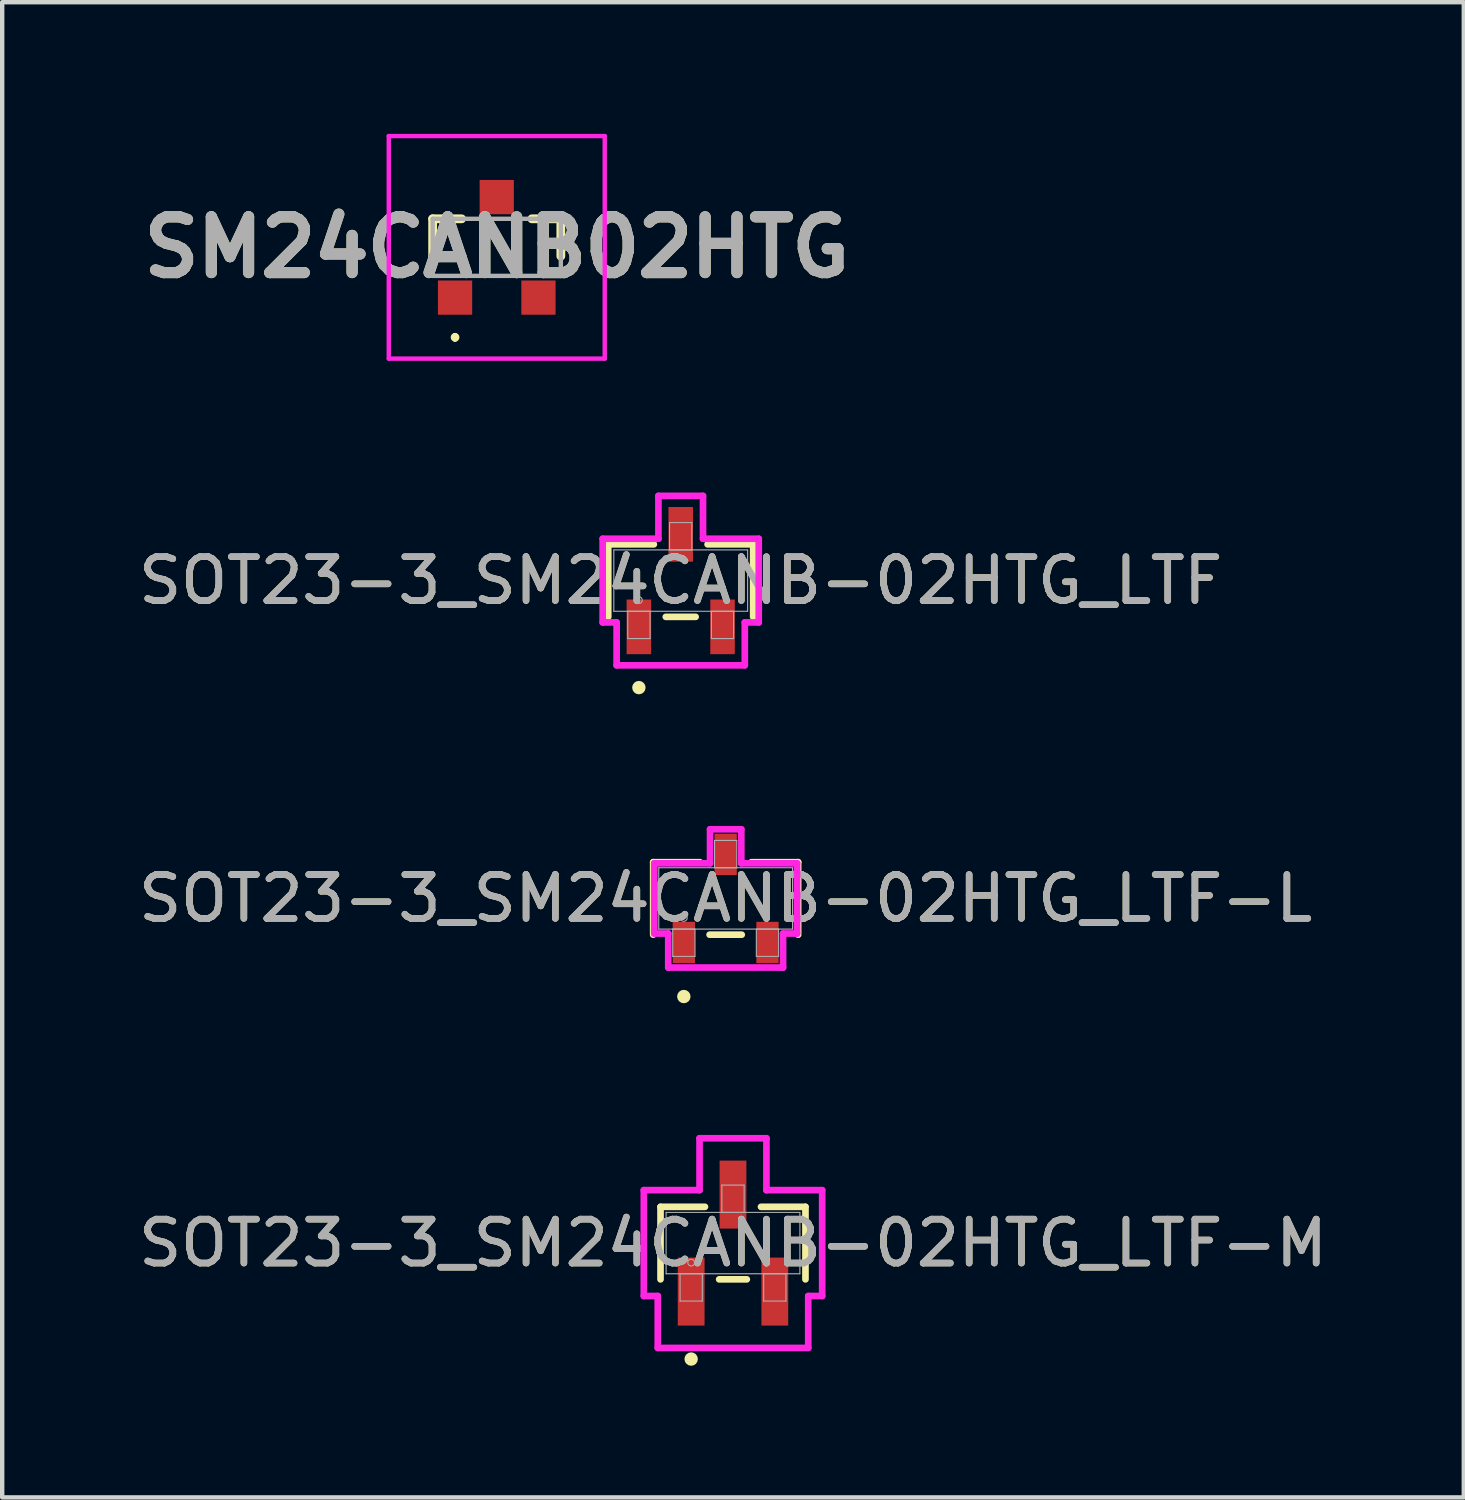
<source format=kicad_pcb>
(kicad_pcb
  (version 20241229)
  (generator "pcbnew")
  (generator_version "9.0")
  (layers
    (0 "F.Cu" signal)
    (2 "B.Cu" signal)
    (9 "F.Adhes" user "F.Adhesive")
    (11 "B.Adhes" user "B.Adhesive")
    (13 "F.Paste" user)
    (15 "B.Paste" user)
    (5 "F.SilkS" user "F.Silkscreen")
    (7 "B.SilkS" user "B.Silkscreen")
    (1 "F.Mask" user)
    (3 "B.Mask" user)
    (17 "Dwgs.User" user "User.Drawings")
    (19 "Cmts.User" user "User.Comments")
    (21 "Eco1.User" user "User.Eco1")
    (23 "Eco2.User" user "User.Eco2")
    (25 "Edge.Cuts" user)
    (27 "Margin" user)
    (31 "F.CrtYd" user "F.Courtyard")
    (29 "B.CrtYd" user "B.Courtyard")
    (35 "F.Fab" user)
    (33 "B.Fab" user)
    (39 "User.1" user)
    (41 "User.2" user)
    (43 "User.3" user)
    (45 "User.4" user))
  (footprint "SM24CANB02HTG"
    (layer "F.Cu")
    (at 8.267 2.585)
    (property "Reference" "SM24CANB02HTG" (at 0 0 0) (layer "F.SilkS") (effects (font (size 1.27 1.27) (thickness 0.254))))
    (attr smd)
    (fp_line (start -1.46 -0.65) (end -1.46 0.2) (stroke (width 0.2) (type solid)) (layer "F.SilkS"))
    (fp_line (start -0.95 2) (end -0.95 2) (stroke (width 0.1) (type solid)) (layer "F.SilkS"))
    (fp_line (start -0.95 2.1) (end -0.95 2.1) (stroke (width 0.1) (type solid)) (layer "F.SilkS"))
    (fp_line (start -0.8 -0.65) (end -1.46 -0.65) (stroke (width 0.2) (type solid)) (layer "F.SilkS"))
    (fp_line (start 0.8 -0.65) (end 1.46 -0.65) (stroke (width 0.2) (type solid)) (layer "F.SilkS"))
    (fp_line (start 1.46 -0.65) (end 1.46 0.2) (stroke (width 0.2) (type solid)) (layer "F.SilkS"))
    (fp_arc (start -0.95 2) (mid -0.9 2.05) (end -0.95 2.1) (stroke (width 0.1) (type solid)) (layer "F.SilkS"))
    (fp_arc (start -0.95 2.1) (mid -1 2.05) (end -0.95 2) (stroke (width 0.1) (type solid)) (layer "F.SilkS"))
    (fp_line (start -2.46 -2.535) (end 2.46 -2.535) (stroke (width 0.1) (type solid)) (layer "F.CrtYd"))
    (fp_line (start -2.46 2.535) (end -2.46 -2.535) (stroke (width 0.1) (type solid)) (layer "F.CrtYd"))
    (fp_line (start 2.46 -2.535) (end 2.46 2.535) (stroke (width 0.1) (type solid)) (layer "F.CrtYd"))
    (fp_line (start 2.46 2.535) (end -2.46 2.535) (stroke (width 0.1) (type solid)) (layer "F.CrtYd"))
    (fp_line (start -1.46 -0.65) (end 1.46 -0.65) (stroke (width 0.1) (type solid)) (layer "F.Fab"))
    (fp_line (start -1.46 0.65) (end -1.46 -0.65) (stroke (width 0.1) (type solid)) (layer "F.Fab"))
    (fp_line (start 1.46 -0.65) (end 1.46 0.65) (stroke (width 0.1) (type solid)) (layer "F.Fab"))
    (fp_line (start 1.46 0.65) (end -1.46 0.65) (stroke (width 0.1) (type solid)) (layer "F.Fab"))
    (fp_text user "${REFERENCE}" (at 0 0 0) (layer "F.Fab") (effects (font (size 1.27 1.27) (thickness 0.254))))
    (pad "1" smd rect (at -0.95 1.145) (size 0.78 0.78) (layers "F.Cu" "F.Mask" "F.Paste"))
    (pad "2" smd rect (at 0.95 1.145) (size 0.78 0.78) (layers "F.Cu" "F.Mask" "F.Paste"))
    (pad "3" smd rect (at 0 -1.145) (size 0.78 0.78) (layers "F.Cu" "F.Mask" "F.Paste")))
  (footprint "SOT23-3_SM24CANB-02HTG_LTF-L"
    (layer "F.Cu")
    (at 13.482 17.418)
    (property "Reference" "SOT23-3_SM24CANB-02HTG_LTF-L" (at 0 0 0) (unlocked yes) (layer "F.SilkS") (effects (font (size 1 1) (thickness 0.15))))
    (attr smd)
    (fp_line (start -1.651 -0.826) (end -1.651 0.826) (stroke (width 0.152) (type solid)) (layer "F.SilkS"))
    (fp_line (start -0.587 -0.826) (end -1.651 -0.826) (stroke (width 0.152) (type solid)) (layer "F.SilkS"))
    (fp_line (start -0.366 0.826) (end 0.366 0.826) (stroke (width 0.152) (type solid)) (layer "F.SilkS"))
    (fp_line (start 1.651 -0.826) (end 0.587 -0.826) (stroke (width 0.152) (type solid)) (layer "F.SilkS"))
    (fp_line (start 1.651 0.826) (end 1.651 -0.826) (stroke (width 0.152) (type solid)) (layer "F.SilkS"))
    (fp_circle (center -0.953 2.235) (end -0.876 2.235) (stroke (width 0.152) (type solid)) (fill no) (layer "F.SilkS"))
    (fp_line (start -1.626 -0.8) (end -0.356 -0.8) (stroke (width 0.152) (type solid)) (layer "F.CrtYd"))
    (fp_line (start -1.626 0.8) (end -1.626 -0.8) (stroke (width 0.152) (type solid)) (layer "F.CrtYd"))
    (fp_line (start -1.626 0.8) (end -1.308 0.8) (stroke (width 0.152) (type solid)) (layer "F.CrtYd"))
    (fp_line (start -1.308 0.8) (end -1.308 1.575) (stroke (width 0.152) (type solid)) (layer "F.CrtYd"))
    (fp_line (start -1.308 1.575) (end 1.308 1.575) (stroke (width 0.152) (type solid)) (layer "F.CrtYd"))
    (fp_line (start -0.356 -1.575) (end 0.356 -1.575) (stroke (width 0.152) (type solid)) (layer "F.CrtYd"))
    (fp_line (start -0.356 -0.8) (end -0.356 -1.575) (stroke (width 0.152) (type solid)) (layer "F.CrtYd"))
    (fp_line (start 0.356 -0.8) (end 0.356 -1.575) (stroke (width 0.152) (type solid)) (layer "F.CrtYd"))
    (fp_line (start 1.308 0.8) (end 1.308 1.575) (stroke (width 0.152) (type solid)) (layer "F.CrtYd"))
    (fp_line (start 1.626 -0.8) (end 0.356 -0.8) (stroke (width 0.152) (type solid)) (layer "F.CrtYd"))
    (fp_line (start 1.626 -0.8) (end 1.626 0.8) (stroke (width 0.152) (type solid)) (layer "F.CrtYd"))
    (fp_line (start 1.626 0.8) (end 1.308 0.8) (stroke (width 0.152) (type solid)) (layer "F.CrtYd"))
    (fp_line (start -1.524 -0.699) (end -1.524 0.699) (stroke (width 0.025) (type solid)) (layer "F.Fab"))
    (fp_line (start -1.524 0.699) (end 1.524 0.699) (stroke (width 0.025) (type solid)) (layer "F.Fab"))
    (fp_line (start -1.206 0.699) (end -1.206 1.321) (stroke (width 0.025) (type solid)) (layer "F.Fab"))
    (fp_line (start -1.206 1.321) (end -0.699 1.321) (stroke (width 0.025) (type solid)) (layer "F.Fab"))
    (fp_line (start -0.699 0.699) (end -1.206 0.699) (stroke (width 0.025) (type solid)) (layer "F.Fab"))
    (fp_line (start -0.699 1.321) (end -0.699 0.699) (stroke (width 0.025) (type solid)) (layer "F.Fab"))
    (fp_line (start -0.254 -1.321) (end -0.254 -0.699) (stroke (width 0.025) (type solid)) (layer "F.Fab"))
    (fp_line (start -0.254 -0.699) (end 0.254 -0.699) (stroke (width 0.025) (type solid)) (layer "F.Fab"))
    (fp_line (start 0.254 -1.321) (end -0.254 -1.321) (stroke (width 0.025) (type solid)) (layer "F.Fab"))
    (fp_line (start 0.254 -0.699) (end 0.254 -1.321) (stroke (width 0.025) (type solid)) (layer "F.Fab"))
    (fp_line (start 0.699 0.699) (end 0.699 1.321) (stroke (width 0.025) (type solid)) (layer "F.Fab"))
    (fp_line (start 0.699 1.321) (end 1.206 1.321) (stroke (width 0.025) (type solid)) (layer "F.Fab"))
    (fp_line (start 1.206 0.699) (end 0.699 0.699) (stroke (width 0.025) (type solid)) (layer "F.Fab"))
    (fp_line (start 1.206 1.321) (end 1.206 0.699) (stroke (width 0.025) (type solid)) (layer "F.Fab"))
    (fp_line (start 1.524 -0.699) (end -1.524 -0.699) (stroke (width 0.025) (type solid)) (layer "F.Fab"))
    (fp_line (start 1.524 0.699) (end 1.524 -0.699) (stroke (width 0.025) (type solid)) (layer "F.Fab"))
    (fp_circle (center -0.953 0.445) (end -0.876 0.445) (stroke (width 0.025) (type solid)) (fill no) (layer "F.Fab"))
    (fp_text user "${REFERENCE}" (at 0 0 0) (unlocked yes) (layer "F.Fab") (effects (font (size 1 1) (thickness 0.15))))
    (pad "1" smd rect (at -0.953 1.003) (size 0.508 0.94) (layers "F.Cu" "F.Mask" "F.Paste"))
    (pad "2" smd rect (at 0.953 1.003) (size 0.508 0.94) (layers "F.Cu" "F.Mask" "F.Paste"))
    (pad "3" smd rect (at 0 -1.003) (size 0.508 0.94) (layers "F.Cu" "F.Mask" "F.Paste")))
  (footprint "SOT23-3_SM24CANB-02HTG_LTF"
    (layer "F.Cu")
    (at 12.458 10.177)
    (property "Reference" "SOT23-3_SM24CANB-02HTG_LTF" (at 0 0 0) (unlocked yes) (layer "F.SilkS") (effects (font (size 1 1) (thickness 0.15))))
    (attr smd)
    (fp_line (start -1.651 -0.826) (end -1.651 0.826) (stroke (width 0.152) (type solid)) (layer "F.SilkS"))
    (fp_line (start -0.612 -0.826) (end -1.651 -0.826) (stroke (width 0.152) (type solid)) (layer "F.SilkS"))
    (fp_line (start -0.34 0.826) (end 0.34 0.826) (stroke (width 0.152) (type solid)) (layer "F.SilkS"))
    (fp_line (start 1.651 -0.826) (end 0.612 -0.826) (stroke (width 0.152) (type solid)) (layer "F.SilkS"))
    (fp_line (start 1.651 0.826) (end 1.651 -0.826) (stroke (width 0.152) (type solid)) (layer "F.SilkS"))
    (fp_circle (center -0.953 2.438) (end -0.876 2.438) (stroke (width 0.152) (type solid)) (fill no) (layer "F.SilkS"))
    (fp_line (start -1.778 -0.953) (end -0.508 -0.953) (stroke (width 0.152) (type solid)) (layer "F.CrtYd"))
    (fp_line (start -1.778 0.953) (end -1.778 -0.953) (stroke (width 0.152) (type solid)) (layer "F.CrtYd"))
    (fp_line (start -1.778 0.953) (end -1.46 0.953) (stroke (width 0.152) (type solid)) (layer "F.CrtYd"))
    (fp_line (start -1.46 0.953) (end -1.46 1.93) (stroke (width 0.152) (type solid)) (layer "F.CrtYd"))
    (fp_line (start -1.46 1.93) (end 1.46 1.93) (stroke (width 0.152) (type solid)) (layer "F.CrtYd"))
    (fp_line (start -0.508 -1.93) (end 0.508 -1.93) (stroke (width 0.152) (type solid)) (layer "F.CrtYd"))
    (fp_line (start -0.508 -0.953) (end -0.508 -1.93) (stroke (width 0.152) (type solid)) (layer "F.CrtYd"))
    (fp_line (start 0.508 -0.953) (end 0.508 -1.93) (stroke (width 0.152) (type solid)) (layer "F.CrtYd"))
    (fp_line (start 1.46 0.953) (end 1.46 1.93) (stroke (width 0.152) (type solid)) (layer "F.CrtYd"))
    (fp_line (start 1.778 -0.953) (end 0.508 -0.953) (stroke (width 0.152) (type solid)) (layer "F.CrtYd"))
    (fp_line (start 1.778 -0.953) (end 1.778 0.953) (stroke (width 0.152) (type solid)) (layer "F.CrtYd"))
    (fp_line (start 1.778 0.953) (end 1.46 0.953) (stroke (width 0.152) (type solid)) (layer "F.CrtYd"))
    (fp_line (start -1.524 -0.699) (end -1.524 0.699) (stroke (width 0.025) (type solid)) (layer "F.Fab"))
    (fp_line (start -1.524 0.699) (end 1.524 0.699) (stroke (width 0.025) (type solid)) (layer "F.Fab"))
    (fp_line (start -1.206 0.699) (end -1.206 1.321) (stroke (width 0.025) (type solid)) (layer "F.Fab"))
    (fp_line (start -1.206 1.321) (end -0.699 1.321) (stroke (width 0.025) (type solid)) (layer "F.Fab"))
    (fp_line (start -0.699 0.699) (end -1.206 0.699) (stroke (width 0.025) (type solid)) (layer "F.Fab"))
    (fp_line (start -0.699 1.321) (end -0.699 0.699) (stroke (width 0.025) (type solid)) (layer "F.Fab"))
    (fp_line (start -0.254 -1.321) (end -0.254 -0.699) (stroke (width 0.025) (type solid)) (layer "F.Fab"))
    (fp_line (start -0.254 -0.699) (end 0.254 -0.699) (stroke (width 0.025) (type solid)) (layer "F.Fab"))
    (fp_line (start 0.254 -1.321) (end -0.254 -1.321) (stroke (width 0.025) (type solid)) (layer "F.Fab"))
    (fp_line (start 0.254 -0.699) (end 0.254 -1.321) (stroke (width 0.025) (type solid)) (layer "F.Fab"))
    (fp_line (start 0.699 0.699) (end 0.699 1.321) (stroke (width 0.025) (type solid)) (layer "F.Fab"))
    (fp_line (start 0.699 1.321) (end 1.206 1.321) (stroke (width 0.025) (type solid)) (layer "F.Fab"))
    (fp_line (start 1.206 0.699) (end 0.699 0.699) (stroke (width 0.025) (type solid)) (layer "F.Fab"))
    (fp_line (start 1.206 1.321) (end 1.206 0.699) (stroke (width 0.025) (type solid)) (layer "F.Fab"))
    (fp_line (start 1.524 -0.699) (end -1.524 -0.699) (stroke (width 0.025) (type solid)) (layer "F.Fab"))
    (fp_line (start 1.524 0.699) (end 1.524 -0.699) (stroke (width 0.025) (type solid)) (layer "F.Fab"))
    (fp_circle (center -0.953 0.445) (end -0.876 0.445) (stroke (width 0.025) (type solid)) (fill no) (layer "F.Fab"))
    (fp_text user "${REFERENCE}" (at 0 0 0) (unlocked yes) (layer "F.Fab") (effects (font (size 1 1) (thickness 0.15))))
    (pad "1" smd rect (at -0.953 1.054) (size 0.559 1.245) (layers "F.Cu" "F.Mask" "F.Paste"))
    (pad "2" smd rect (at 0.953 1.054) (size 0.559 1.245) (layers "F.Cu" "F.Mask" "F.Paste"))
    (pad "3" smd rect (at 0 -1.054) (size 0.559 1.245) (layers "F.Cu" "F.Mask" "F.Paste")))
  (footprint "SOT23-3_SM24CANB-02HTG_LTF-M"
    (layer "F.Cu")
    (at 13.649 25.27)
    (property "Reference" "SOT23-3_SM24CANB-02HTG_LTF-M" (at 0 0 0) (unlocked yes) (layer "F.SilkS") (effects (font (size 1 1) (thickness 0.15))))
    (attr smd)
    (fp_line (start -1.651 -0.826) (end -1.651 0.826) (stroke (width 0.152) (type solid)) (layer "F.SilkS"))
    (fp_line (start -0.638 -0.826) (end -1.651 -0.826) (stroke (width 0.152) (type solid)) (layer "F.SilkS"))
    (fp_line (start -0.315 0.826) (end 0.315 0.826) (stroke (width 0.152) (type solid)) (layer "F.SilkS"))
    (fp_line (start 1.651 -0.826) (end 0.638 -0.826) (stroke (width 0.152) (type solid)) (layer "F.SilkS"))
    (fp_line (start 1.651 0.826) (end 1.651 -0.826) (stroke (width 0.152) (type solid)) (layer "F.SilkS"))
    (fp_circle (center -0.953 2.642) (end -0.876 2.642) (stroke (width 0.152) (type solid)) (fill no) (layer "F.SilkS"))
    (fp_line (start -2.032 -1.206) (end -0.762 -1.206) (stroke (width 0.152) (type solid)) (layer "F.CrtYd"))
    (fp_line (start -2.032 1.206) (end -2.032 -1.206) (stroke (width 0.152) (type solid)) (layer "F.CrtYd"))
    (fp_line (start -2.032 1.206) (end -1.714 1.206) (stroke (width 0.152) (type solid)) (layer "F.CrtYd"))
    (fp_line (start -1.714 1.206) (end -1.714 2.388) (stroke (width 0.152) (type solid)) (layer "F.CrtYd"))
    (fp_line (start -1.714 2.388) (end 1.714 2.388) (stroke (width 0.152) (type solid)) (layer "F.CrtYd"))
    (fp_line (start -0.762 -2.388) (end 0.762 -2.388) (stroke (width 0.152) (type solid)) (layer "F.CrtYd"))
    (fp_line (start -0.762 -1.206) (end -0.762 -2.388) (stroke (width 0.152) (type solid)) (layer "F.CrtYd"))
    (fp_line (start 0.762 -1.206) (end 0.762 -2.388) (stroke (width 0.152) (type solid)) (layer "F.CrtYd"))
    (fp_line (start 1.714 1.206) (end 1.714 2.388) (stroke (width 0.152) (type solid)) (layer "F.CrtYd"))
    (fp_line (start 2.032 -1.206) (end 0.762 -1.206) (stroke (width 0.152) (type solid)) (layer "F.CrtYd"))
    (fp_line (start 2.032 -1.206) (end 2.032 1.206) (stroke (width 0.152) (type solid)) (layer "F.CrtYd"))
    (fp_line (start 2.032 1.206) (end 1.714 1.206) (stroke (width 0.152) (type solid)) (layer "F.CrtYd"))
    (fp_line (start -1.524 -0.699) (end -1.524 0.699) (stroke (width 0.025) (type solid)) (layer "F.Fab"))
    (fp_line (start -1.524 0.699) (end 1.524 0.699) (stroke (width 0.025) (type solid)) (layer "F.Fab"))
    (fp_line (start -1.206 0.699) (end -1.206 1.321) (stroke (width 0.025) (type solid)) (layer "F.Fab"))
    (fp_line (start -1.206 1.321) (end -0.699 1.321) (stroke (width 0.025) (type solid)) (layer "F.Fab"))
    (fp_line (start -0.699 0.699) (end -1.206 0.699) (stroke (width 0.025) (type solid)) (layer "F.Fab"))
    (fp_line (start -0.699 1.321) (end -0.699 0.699) (stroke (width 0.025) (type solid)) (layer "F.Fab"))
    (fp_line (start -0.254 -1.321) (end -0.254 -0.699) (stroke (width 0.025) (type solid)) (layer "F.Fab"))
    (fp_line (start -0.254 -0.699) (end 0.254 -0.699) (stroke (width 0.025) (type solid)) (layer "F.Fab"))
    (fp_line (start 0.254 -1.321) (end -0.254 -1.321) (stroke (width 0.025) (type solid)) (layer "F.Fab"))
    (fp_line (start 0.254 -0.699) (end 0.254 -1.321) (stroke (width 0.025) (type solid)) (layer "F.Fab"))
    (fp_line (start 0.699 0.699) (end 0.699 1.321) (stroke (width 0.025) (type solid)) (layer "F.Fab"))
    (fp_line (start 0.699 1.321) (end 1.206 1.321) (stroke (width 0.025) (type solid)) (layer "F.Fab"))
    (fp_line (start 1.206 0.699) (end 0.699 0.699) (stroke (width 0.025) (type solid)) (layer "F.Fab"))
    (fp_line (start 1.206 1.321) (end 1.206 0.699) (stroke (width 0.025) (type solid)) (layer "F.Fab"))
    (fp_line (start 1.524 -0.699) (end -1.524 -0.699) (stroke (width 0.025) (type solid)) (layer "F.Fab"))
    (fp_line (start 1.524 0.699) (end 1.524 -0.699) (stroke (width 0.025) (type solid)) (layer "F.Fab"))
    (fp_circle (center -0.953 0.445) (end -0.876 0.445) (stroke (width 0.025) (type solid)) (fill no) (layer "F.Fab"))
    (fp_text user "${REFERENCE}" (at 0 0 0) (unlocked yes) (layer "F.Fab") (effects (font (size 1 1) (thickness 0.15))))
    (pad "1" smd rect (at -0.953 1.105) (size 0.61 1.549) (layers "F.Cu" "F.Mask" "F.Paste"))
    (pad "2" smd rect (at 0.953 1.105) (size 0.61 1.549) (layers "F.Cu" "F.Mask" "F.Paste"))
    (pad "3" smd rect (at 0 -1.105) (size 0.61 1.549) (layers "F.Cu" "F.Mask" "F.Paste")))
  (gr_rect
    (start -3 -3)
    (end 30.298 31.064)
    (stroke (width 0.1) (type default))
    (fill no)
    (layer "Edge.Cuts")))
</source>
